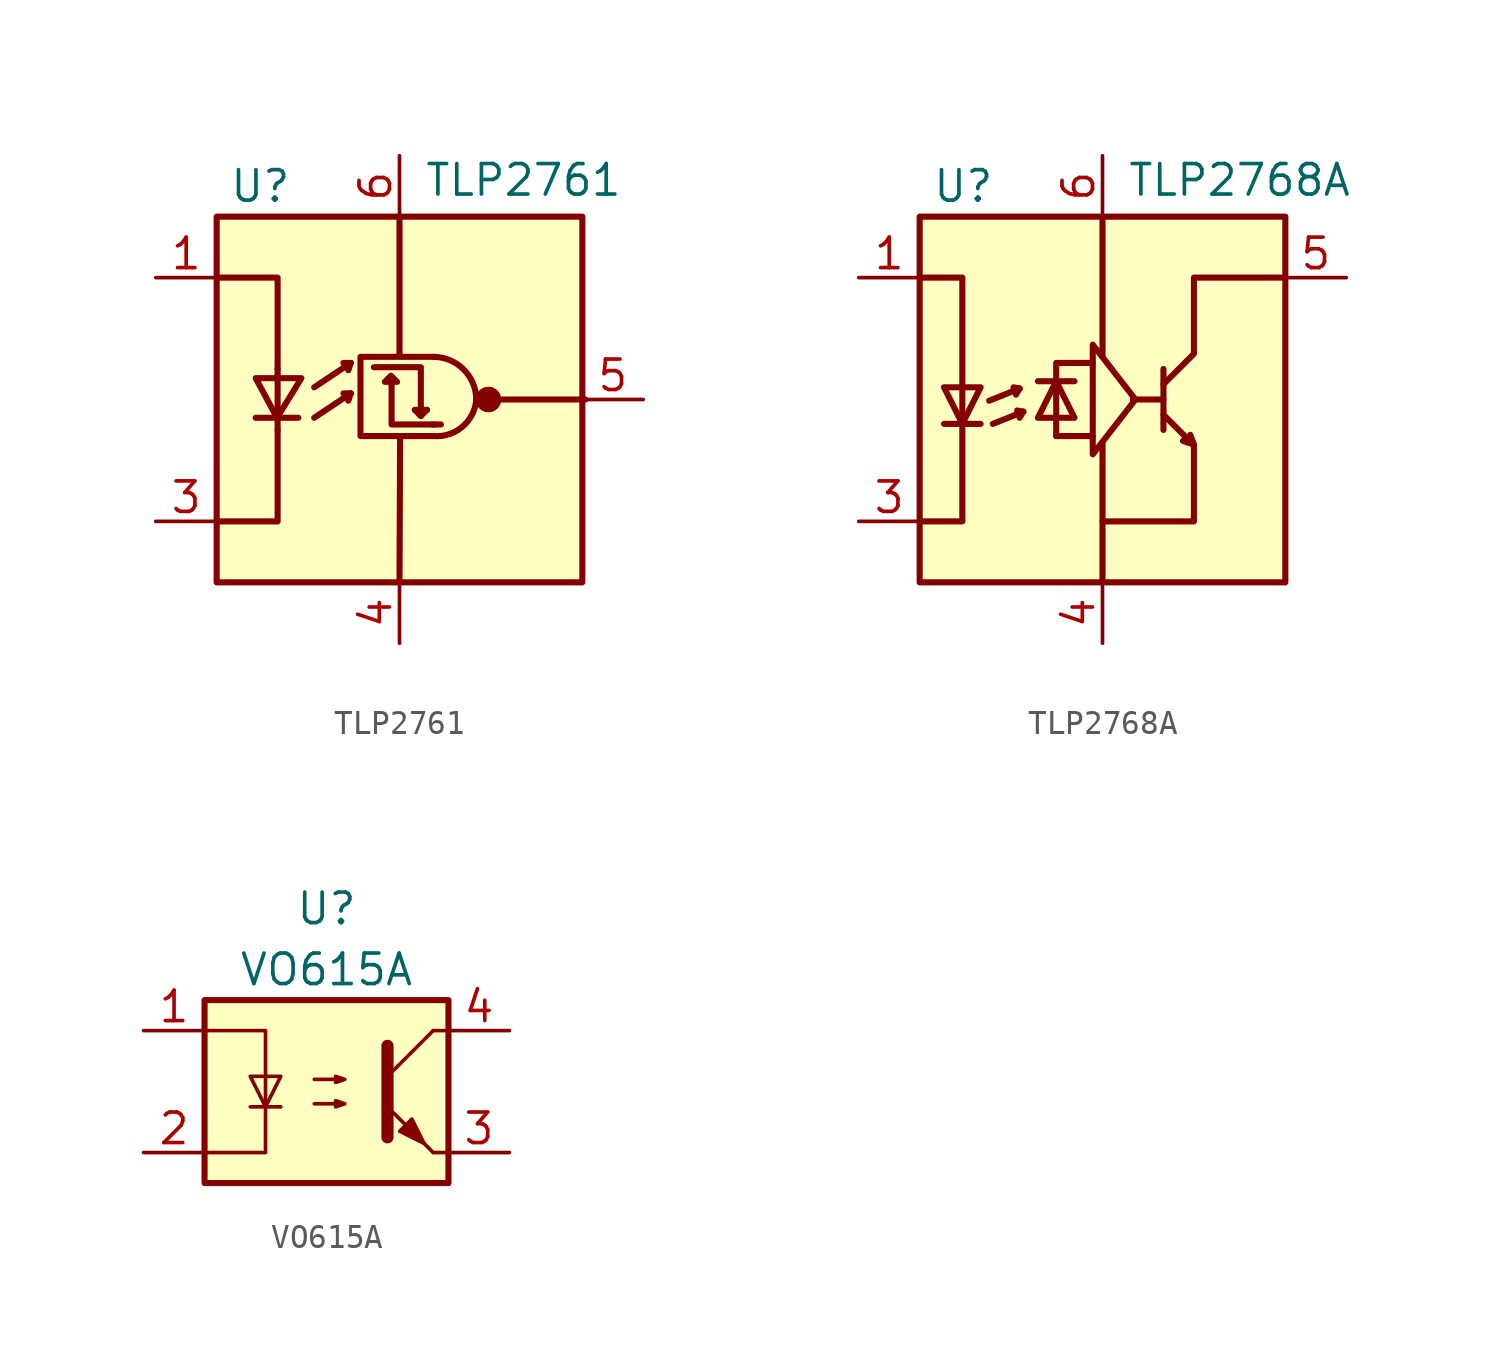
<source format=kicad_sym>
(kicad_symbol_lib
  (version 20220914)
  (generator kicad_symbol_editor)
  (symbol "TLP2761"
    (pin_names
      (offset 1.016) hide)
    (property "Reference" "U"
      (at -7.112 8.89 0)
      (effects (font (size 1.27 1.27)) (justify left)))
    (property "Value" "TLP2761"
      (at 1.016 9.144 0)
      (effects (font (size 1.27 1.27)) (justify left)))
    (symbol "TLP2761_0_1"
      (rectangle (start -7.62 7.62) (end 7.62 -7.62) (stroke (width 0.254) (type default)) (fill (type background)))
      (polyline (pts (xy -5.994 -0.762) (xy -4.216 -0.762)) (stroke (width 0.254) (type default)) (fill (type none)))
      (polyline (pts (xy -5.08 -1.27) (xy -5.08 -0.762)) (stroke (width 0.254) (type default)) (fill (type none)))
      (polyline (pts (xy -5.08 1.016) (xy -5.08 -0.762)) (stroke (width 0.254) (type default)) (fill (type none)))
      (polyline (pts (xy -5.08 1.27) (xy -5.08 1.016)) (stroke (width 0.254) (type default)) (fill (type none)))
      (polyline (pts (xy -3.556 -0.762) (xy -2.032 0.254)) (stroke (width 0.254) (type default)) (fill (type none)))
      (polyline (pts (xy -3.556 0.508) (xy -2.032 1.524)) (stroke (width 0.254) (type default)) (fill (type none)))
      (polyline (pts (xy -2.032 0.254) (xy -2.337 0.254)) (stroke (width 0.254) (type default)) (fill (type none)))
      (polyline (pts (xy -2.032 0.254) (xy -2.134 -0.051)) (stroke (width 0.254) (type default)) (fill (type none)))
      (polyline (pts (xy -2.032 1.524) (xy -2.337 1.524)) (stroke (width 0.254) (type default)) (fill (type none)))
      (polyline (pts (xy -2.032 1.524) (xy -2.134 1.219)) (stroke (width 0.254) (type default)) (fill (type none)))
      (polyline (pts (xy 0 -7.62) (xy 0.025 -1.549)) (stroke (width 0.254) (type default)) (fill (type none)))
      (polyline (pts (xy 0 7.645) (xy 0 1.854)) (stroke (width 0.254) (type default)) (fill (type none)))
      (polyline (pts (xy 0.889 -0.686) (xy 1.143 -0.432)) (stroke (width 0.254) (type default)) (fill (type none)))
      (polyline (pts (xy 1.372 -1.041) (xy 1.727 -1.041)) (stroke (width 0.254) (type default)) (fill (type none)))
      (polyline (pts (xy 4.14 0) (xy 7.747 0)) (stroke (width 0.254) (type default)) (fill (type none)))
      (polyline (pts (xy -7.62 -5.08) (xy -5.08 -5.08) (xy -5.08 -1.27)) (stroke (width 0.254) (type default)) (fill (type none)))
      (polyline (pts (xy -5.08 1.27) (xy -5.08 5.08) (xy -7.62 5.08)) (stroke (width 0.254) (type default)) (fill (type none)))
      (polyline (pts (xy -0.33 0.686) (xy -0.33 -1.041) (xy 1.422 -1.041)) (stroke (width 0.254) (type default)) (fill (type none)))
      (polyline (pts (xy 0.889 -0.686) (xy 0.635 -0.432) (xy 1.143 -0.432)) (stroke (width 0.254) (type default)) (fill (type none)))
      (polyline (pts (xy 0.889 -0.381) (xy 0.889 1.346) (xy -1.067 1.346)) (stroke (width 0.254) (type default)) (fill (type none)))
      (polyline (pts (xy -5.994 0.889) (xy -4.089 0.889) (xy -5.105 -0.762) (xy -5.994 0.889)) (stroke (width 0.254) (type default)) (fill (type none)))
      (polyline (pts (xy -0.356 0.991) (xy -0.61 0.737) (xy -0.102 0.737) (xy -0.356 0.991)) (stroke (width 0.254) (type default)) (fill (type none)))
      (polyline (pts (xy 1.422 1.778) (xy -1.626 1.778) (xy -1.626 -1.524) (xy 1.422 -1.524)) (stroke (width 0.254) (type default)) (fill (type none)))
      (arc (start 1.4224 -1.524) (mid 2.627 -1.1302) (end 3.2004 0) (stroke (width 0.254) (type default)) (fill (type none)))
      (arc (start 3.2004 0) (mid 2.6743 1.2519) (end 1.4224 1.778) (stroke (width 0.254) (type default)) (fill (type none)))
      (circle (center 3.708 0) (radius 0.457) (stroke (width 0) (type default)) (fill (type outline))))
    (symbol "TLP2761_1_1"
      (pin passive line (at -10.16 5.08 0) (length 2.54) (name "A" (effects (font (size 1.27 1.27)))) (number "1" (effects (font (size 1.27 1.27)))))
      (pin no_connect line (at -7.62 0 0) (length 2.54) hide (name "NC" (effects (font (size 1.27 1.27)))) (number "2" (effects (font (size 1.27 1.27)))))
      (pin passive line (at -10.16 -5.08 0) (length 2.54) (name "K" (effects (font (size 1.27 1.27)))) (number "3" (effects (font (size 1.27 1.27)))))
      (pin power_in line (at 0 -10.16 90) (length 2.54) (name "GND" (effects (font (size 1.27 1.27)))) (number "4" (effects (font (size 1.27 1.27)))))
      (pin output line (at 10.16 0 180) (length 2.54) (name "VO" (effects (font (size 1.27 1.27)))) (number "5" (effects (font (size 1.27 1.27)))))
      (pin power_in line (at 0 10.16 270) (length 2.54) (name "VDD" (effects (font (size 1.27 1.27)))) (number "6" (effects (font (size 1.27 1.27)))))))
  (symbol "TLP2768A"
    (pin_names
      (offset 1.016) hide)
    (property "Reference" "U"
      (at -7.112 8.89 0)
      (effects (font (size 1.27 1.27)) (justify left)))
    (property "Value" "TLP2768A"
      (at 1.016 9.144 0)
      (effects (font (size 1.27 1.27)) (justify left)))
    (symbol "TLP2768A_0_1"
      (rectangle (start -7.62 7.62) (end 7.62 -7.62) (stroke (width 0.254) (type default)) (fill (type background)))
      (polyline (pts (xy -6.604 -1.016) (xy -5.08 -1.016)) (stroke (width 0.254) (type default)) (fill (type none)))
      (polyline (pts (xy -5.842 0.508) (xy -5.842 -1.016)) (stroke (width 0.254) (type default)) (fill (type none)))
      (polyline (pts (xy -4.724 -0.051) (xy -3.454 0.457)) (stroke (width 0.254) (type default)) (fill (type none)))
      (polyline (pts (xy -4.572 -1.016) (xy -3.302 -0.508)) (stroke (width 0.254) (type default)) (fill (type none)))
      (polyline (pts (xy -3.454 0.457) (xy -3.708 0.508)) (stroke (width 0.254) (type default)) (fill (type none)))
      (polyline (pts (xy -3.454 0.457) (xy -3.607 0.203)) (stroke (width 0.254) (type default)) (fill (type none)))
      (polyline (pts (xy -3.302 -0.508) (xy -3.556 -0.457)) (stroke (width 0.254) (type default)) (fill (type none)))
      (polyline (pts (xy -3.302 -0.508) (xy -3.454 -0.762)) (stroke (width 0.254) (type default)) (fill (type none)))
      (polyline (pts (xy -2.692 0.762) (xy -1.168 0.762)) (stroke (width 0.254) (type default)) (fill (type none)))
      (polyline (pts (xy -1.93 -1.524) (xy -1.93 -0.762)) (stroke (width 0.254) (type default)) (fill (type none)))
      (polyline (pts (xy -1.93 -1.524) (xy -0.406 -1.524)) (stroke (width 0.254) (type default)) (fill (type none)))
      (polyline (pts (xy -1.93 0.762) (xy -1.93 -0.813)) (stroke (width 0.254) (type default)) (fill (type none)))
      (polyline (pts (xy 0 -7.62) (xy 0 -1.778)) (stroke (width 0.254) (type default)) (fill (type none)))
      (polyline (pts (xy 0 7.62) (xy 0 1.778)) (stroke (width 0.254) (type default)) (fill (type none)))
      (polyline (pts (xy 1.27 0) (xy 2.54 0)) (stroke (width 0.254) (type default)) (fill (type none)))
      (polyline (pts (xy 2.54 -1.27) (xy 2.54 1.27)) (stroke (width 0.254) (type default)) (fill (type none)))
      (polyline (pts (xy 3.81 -1.88) (xy 3.353 -1.727)) (stroke (width 0.254) (type default)) (fill (type none)))
      (polyline (pts (xy 3.81 -1.88) (xy 3.658 -1.473)) (stroke (width 0.254) (type default)) (fill (type none)))
      (polyline (pts (xy -7.62 5.08) (xy -5.842 5.08) (xy -5.842 0.508)) (stroke (width 0.254) (type default)) (fill (type none)))
      (polyline (pts (xy -5.842 -1.016) (xy -5.842 -5.08) (xy -7.62 -5.08)) (stroke (width 0.254) (type default)) (fill (type none)))
      (polyline (pts (xy -1.93 0.762) (xy -1.93 1.524) (xy -0.406 1.524)) (stroke (width 0.254) (type default)) (fill (type none)))
      (polyline (pts (xy -6.604 0.508) (xy -5.08 0.508) (xy -5.842 -1.016) (xy -6.604 0.508)) (stroke (width 0.254) (type default)) (fill (type none)))
      (polyline (pts (xy -2.692 -0.762) (xy -1.168 -0.762) (xy -1.93 0.762) (xy -2.692 -0.762)) (stroke (width 0.254) (type default)) (fill (type none)))
      (polyline (pts (xy 1.372 0) (xy -0.406 -2.286) (xy -0.406 2.286) (xy 1.372 0)) (stroke (width 0.254) (type default)) (fill (type none)))
      (polyline (pts (xy 2.54 -0.635) (xy 3.81 -1.905) (xy 3.81 -5.08) (xy 0 -5.08)) (stroke (width 0.254) (type default)) (fill (type none)))
      (polyline (pts (xy 2.54 0.635) (xy 3.81 1.905) (xy 3.81 5.08) (xy 7.62 5.08)) (stroke (width 0.254) (type default)) (fill (type none))))
    (symbol "TLP2768A_1_1"
      (pin passive line (at -10.16 5.08 0) (length 2.54) (name "A" (effects (font (size 1.27 1.27)))) (number "1" (effects (font (size 1.27 1.27)))))
      (pin no_connect line (at -7.62 0 0) (length 2.54) hide (name "NC" (effects (font (size 1.27 1.27)))) (number "2" (effects (font (size 1.27 1.27)))))
      (pin passive line (at -10.16 -5.08 0) (length 2.54) (name "K" (effects (font (size 1.27 1.27)))) (number "3" (effects (font (size 1.27 1.27)))))
      (pin power_in line (at 0 -10.16 90) (length 2.54) (name "GND" (effects (font (size 1.27 1.27)))) (number "4" (effects (font (size 1.27 1.27)))))
      (pin open_collector line (at 10.16 5.08 180) (length 2.54) (name "VO" (effects (font (size 1.27 1.27)))) (number "5" (effects (font (size 1.27 1.27)))))
      (pin power_in line (at 0 10.16 270) (length 2.54) (name "VDD" (effects (font (size 1.27 1.27)))) (number "6" (effects (font (size 1.27 1.27)))))))
  (symbol "VO615A"
    (pin_names
      (offset 0.762))
    (property "Reference" "U"
      (at 0 7.62 0)
      (effects (font (size 1.27 1.27))))
    (property "Value" "VO615A"
      (at 0 5.08 0)
      (effects (font (size 1.27 1.27))))
    (symbol "VO615A_0_1"
      (rectangle (start -5.08 3.81) (end 5.08 -3.81) (stroke (width 0.254) (type default)) (fill (type background)))
      (polyline (pts (xy -3.175 -0.635) (xy -1.905 -0.635)) (stroke (width 0) (type default)) (fill (type none)))
      (polyline (pts (xy 2.54 0.635) (xy 4.445 2.54)) (stroke (width 0) (type default)) (fill (type none)))
      (polyline (pts (xy 4.445 -2.54) (xy 2.54 -0.635)) (stroke (width 0) (type default)) (fill (type outline)))
      (polyline (pts (xy 4.445 -2.54) (xy 5.08 -2.54)) (stroke (width 0) (type default)) (fill (type none)))
      (polyline (pts (xy 4.445 2.54) (xy 5.08 2.54)) (stroke (width 0) (type default)) (fill (type none)))
      (polyline (pts (xy 2.54 1.905) (xy 2.54 -1.905) (xy 2.54 -1.905)) (stroke (width 0.508) (type default)) (fill (type none)))
      (polyline (pts (xy -5.08 2.54) (xy -2.54 2.54) (xy -2.54 -2.54) (xy -5.08 -2.54)) (stroke (width 0) (type default)) (fill (type none)))
      (polyline (pts (xy -2.54 -0.635) (xy -3.175 0.635) (xy -1.905 0.635) (xy -2.54 -0.635)) (stroke (width 0) (type default)) (fill (type none)))
      (polyline (pts (xy -0.508 -0.508) (xy 0.762 -0.508) (xy 0.381 -0.635) (xy 0.381 -0.381) (xy 0.762 -0.508)) (stroke (width 0) (type default)) (fill (type none)))
      (polyline (pts (xy -0.508 0.508) (xy 0.762 0.508) (xy 0.381 0.381) (xy 0.381 0.635) (xy 0.762 0.508)) (stroke (width 0) (type default)) (fill (type none)))
      (polyline (pts (xy 3.048 -1.651) (xy 3.556 -1.143) (xy 4.064 -2.159) (xy 3.048 -1.651) (xy 3.048 -1.651)) (stroke (width 0) (type default)) (fill (type outline))))
    (symbol "VO615A_1_1"
      (pin passive line (at -7.62 2.54 0) (length 2.54) (name "~" (effects (font (size 1.27 1.27)))) (number "1" (effects (font (size 1.27 1.27)))))
      (pin passive line (at -7.62 -2.54 0) (length 2.54) (name "~" (effects (font (size 1.27 1.27)))) (number "2" (effects (font (size 1.27 1.27)))))
      (pin passive line (at 7.62 -2.54 180) (length 2.54) (name "~" (effects (font (size 1.27 1.27)))) (number "3" (effects (font (size 1.27 1.27)))))
      (pin passive line (at 7.62 2.54 180) (length 2.54) (name "~" (effects (font (size 1.27 1.27)))) (number "4" (effects (font (size 1.27 1.27))))))))
</source>
